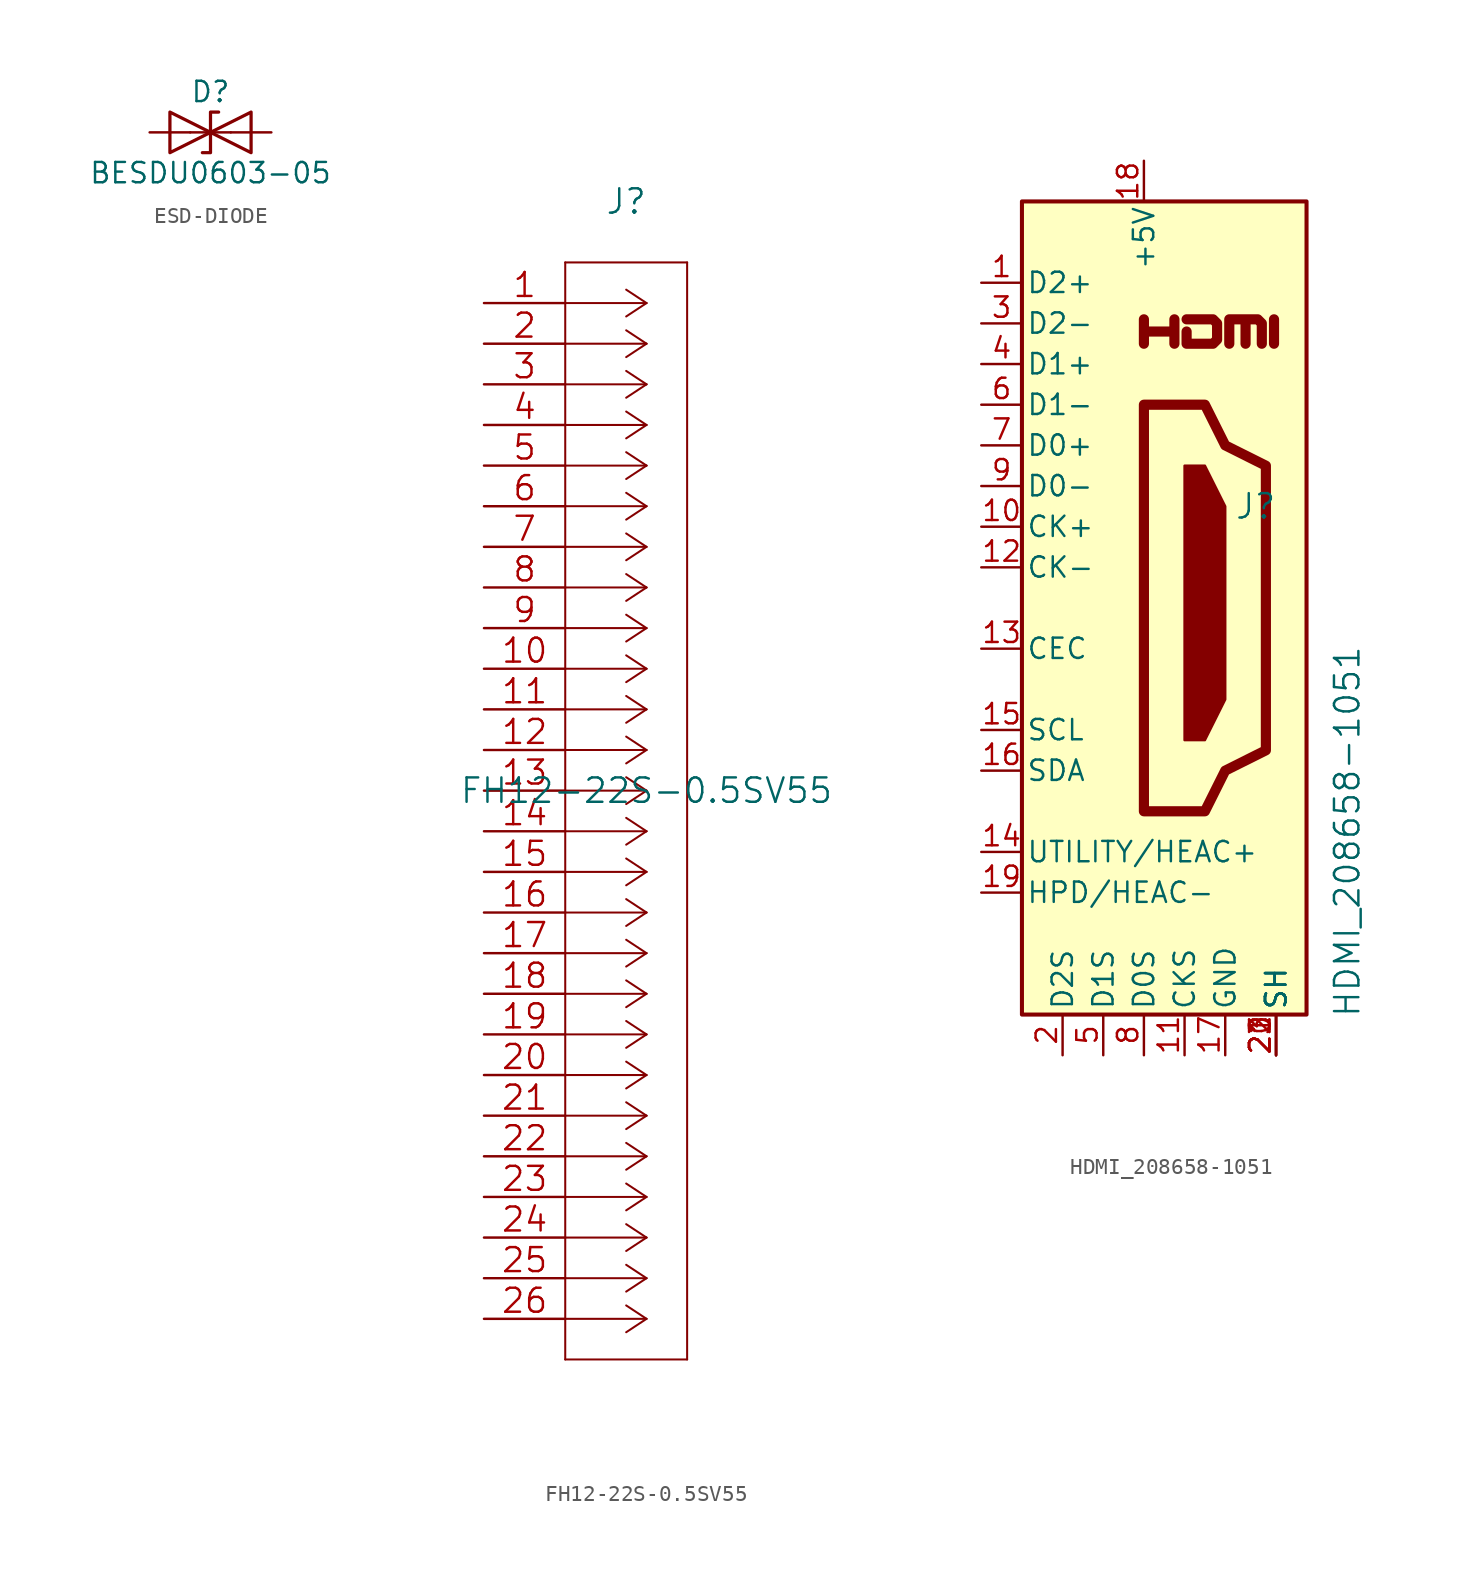
<source format=kicad_sym>
(kicad_symbol_lib
  (version 20231120)
  (generator "kicad_symbol_editor")
  (generator_version "8.0")
  (symbol "ESD-DIODE"
    (pin_numbers hide)
    (pin_names
      (offset 1.016) hide)
    (property "Reference" "D"
      (at 0 2.54 0)
      (effects (font (size 1.27 1.27))))
    (property "Value" "BESDU0603-05 "
      (at 0 -2.54 0)
      (effects (font (size 1.27 1.27))))
    (symbol "ESD-DIODE_0_1"
      (polyline (pts (xy 1.27 0) (xy -1.27 0)) (stroke (width 0) (type default)) (fill (type none)))
      (polyline (pts (xy -2.54 -1.27) (xy 0 0) (xy -2.54 1.27) (xy -2.54 -1.27)) (stroke (width 0.203) (type default)) (fill (type none)))
      (polyline (pts (xy 0.508 1.27) (xy 0 1.27) (xy 0 -1.27) (xy -0.508 -1.27)) (stroke (width 0.203) (type default)) (fill (type none)))
      (polyline (pts (xy 2.54 1.27) (xy 2.54 -1.27) (xy 0 0) (xy 2.54 1.27)) (stroke (width 0.203) (type default)) (fill (type none))))
    (symbol "ESD-DIODE_1_1"
      (pin passive line (at -3.81 0 0) (length 2.54) (name "A1" (effects (font (size 1.27 1.27)))) (number "1" (effects (font (size 1.27 1.27)))))
      (pin passive line (at 3.81 0 180) (length 2.54) (name "A2" (effects (font (size 1.27 1.27)))) (number "2" (effects (font (size 1.27 1.27)))))))
  (symbol "FH12-22S-0.5SV55"
    (pin_names
      (offset 0.254) hide)
    (property "Reference" "J"
      (at 8.89 6.35 0)
      (effects (font (size 1.524 1.524))))
    (property "Value" "FH12-22S-0.5SV55"
      (at 10.16 -30.48 0)
      (effects (font (size 1.524 1.524))))
    (property "Datasheet" ""
      (at 0 0 0)
      (effects (font (size 1.524 1.524))))
    (property "ki_locked" ""
      (at 0 0 0)
      (effects (font (size 1.27 1.27))))
    (symbol "FH12-22S-0.5SV55_1_1"
      (polyline (pts (xy 5.08 -66.04) (xy 12.7 -66.04)) (stroke (width 0.127) (type solid)) (fill (type none)))
      (polyline (pts (xy 5.08 2.54) (xy 5.08 -66.04)) (stroke (width 0.127) (type solid)) (fill (type none)))
      (polyline (pts (xy 10.16 -63.5) (xy 5.08 -63.5)) (stroke (width 0.127) (type solid)) (fill (type none)))
      (polyline (pts (xy 10.16 -63.5) (xy 8.89 -64.338)) (stroke (width 0.127) (type solid)) (fill (type none)))
      (polyline (pts (xy 10.16 -63.5) (xy 8.89 -62.662)) (stroke (width 0.127) (type solid)) (fill (type none)))
      (polyline (pts (xy 10.16 -60.96) (xy 5.08 -60.96)) (stroke (width 0.127) (type solid)) (fill (type none)))
      (polyline (pts (xy 10.16 -60.96) (xy 8.89 -61.798)) (stroke (width 0.127) (type solid)) (fill (type none)))
      (polyline (pts (xy 10.16 -60.96) (xy 8.89 -60.122)) (stroke (width 0.127) (type solid)) (fill (type none)))
      (polyline (pts (xy 10.16 -58.42) (xy 5.08 -58.42)) (stroke (width 0.127) (type solid)) (fill (type none)))
      (polyline (pts (xy 10.16 -58.42) (xy 8.89 -59.258)) (stroke (width 0.127) (type solid)) (fill (type none)))
      (polyline (pts (xy 10.16 -58.42) (xy 8.89 -57.582)) (stroke (width 0.127) (type solid)) (fill (type none)))
      (polyline (pts (xy 10.16 -55.88) (xy 5.08 -55.88)) (stroke (width 0.127) (type solid)) (fill (type none)))
      (polyline (pts (xy 10.16 -55.88) (xy 8.89 -56.718)) (stroke (width 0.127) (type solid)) (fill (type none)))
      (polyline (pts (xy 10.16 -55.88) (xy 8.89 -55.042)) (stroke (width 0.127) (type solid)) (fill (type none)))
      (polyline (pts (xy 10.16 -53.34) (xy 5.08 -53.34)) (stroke (width 0.127) (type solid)) (fill (type none)))
      (polyline (pts (xy 10.16 -53.34) (xy 8.89 -54.178)) (stroke (width 0.127) (type solid)) (fill (type none)))
      (polyline (pts (xy 10.16 -53.34) (xy 8.89 -52.502)) (stroke (width 0.127) (type solid)) (fill (type none)))
      (polyline (pts (xy 10.16 -50.8) (xy 5.08 -50.8)) (stroke (width 0.127) (type solid)) (fill (type none)))
      (polyline (pts (xy 10.16 -50.8) (xy 8.89 -51.638)) (stroke (width 0.127) (type solid)) (fill (type none)))
      (polyline (pts (xy 10.16 -50.8) (xy 8.89 -49.962)) (stroke (width 0.127) (type solid)) (fill (type none)))
      (polyline (pts (xy 10.16 -48.26) (xy 5.08 -48.26)) (stroke (width 0.127) (type solid)) (fill (type none)))
      (polyline (pts (xy 10.16 -48.26) (xy 8.89 -49.098)) (stroke (width 0.127) (type solid)) (fill (type none)))
      (polyline (pts (xy 10.16 -48.26) (xy 8.89 -47.422)) (stroke (width 0.127) (type solid)) (fill (type none)))
      (polyline (pts (xy 10.16 -45.72) (xy 5.08 -45.72)) (stroke (width 0.127) (type solid)) (fill (type none)))
      (polyline (pts (xy 10.16 -45.72) (xy 8.89 -46.558)) (stroke (width 0.127) (type solid)) (fill (type none)))
      (polyline (pts (xy 10.16 -45.72) (xy 8.89 -44.882)) (stroke (width 0.127) (type solid)) (fill (type none)))
      (polyline (pts (xy 10.16 -43.18) (xy 5.08 -43.18)) (stroke (width 0.127) (type solid)) (fill (type none)))
      (polyline (pts (xy 10.16 -43.18) (xy 8.89 -44.018)) (stroke (width 0.127) (type solid)) (fill (type none)))
      (polyline (pts (xy 10.16 -43.18) (xy 8.89 -42.342)) (stroke (width 0.127) (type solid)) (fill (type none)))
      (polyline (pts (xy 10.16 -40.64) (xy 5.08 -40.64)) (stroke (width 0.127) (type solid)) (fill (type none)))
      (polyline (pts (xy 10.16 -40.64) (xy 8.89 -41.478)) (stroke (width 0.127) (type solid)) (fill (type none)))
      (polyline (pts (xy 10.16 -40.64) (xy 8.89 -39.802)) (stroke (width 0.127) (type solid)) (fill (type none)))
      (polyline (pts (xy 10.16 -38.1) (xy 5.08 -38.1)) (stroke (width 0.127) (type solid)) (fill (type none)))
      (polyline (pts (xy 10.16 -38.1) (xy 8.89 -38.938)) (stroke (width 0.127) (type solid)) (fill (type none)))
      (polyline (pts (xy 10.16 -38.1) (xy 8.89 -37.262)) (stroke (width 0.127) (type solid)) (fill (type none)))
      (polyline (pts (xy 10.16 -35.56) (xy 5.08 -35.56)) (stroke (width 0.127) (type solid)) (fill (type none)))
      (polyline (pts (xy 10.16 -35.56) (xy 8.89 -36.398)) (stroke (width 0.127) (type solid)) (fill (type none)))
      (polyline (pts (xy 10.16 -35.56) (xy 8.89 -34.722)) (stroke (width 0.127) (type solid)) (fill (type none)))
      (polyline (pts (xy 10.16 -33.02) (xy 5.08 -33.02)) (stroke (width 0.127) (type solid)) (fill (type none)))
      (polyline (pts (xy 10.16 -33.02) (xy 8.89 -33.858)) (stroke (width 0.127) (type solid)) (fill (type none)))
      (polyline (pts (xy 10.16 -33.02) (xy 8.89 -32.182)) (stroke (width 0.127) (type solid)) (fill (type none)))
      (polyline (pts (xy 10.16 -30.48) (xy 5.08 -30.48)) (stroke (width 0.127) (type solid)) (fill (type none)))
      (polyline (pts (xy 10.16 -30.48) (xy 8.89 -31.318)) (stroke (width 0.127) (type solid)) (fill (type none)))
      (polyline (pts (xy 10.16 -30.48) (xy 8.89 -29.642)) (stroke (width 0.127) (type solid)) (fill (type none)))
      (polyline (pts (xy 10.16 -27.94) (xy 5.08 -27.94)) (stroke (width 0.127) (type solid)) (fill (type none)))
      (polyline (pts (xy 10.16 -27.94) (xy 8.89 -28.778)) (stroke (width 0.127) (type solid)) (fill (type none)))
      (polyline (pts (xy 10.16 -27.94) (xy 8.89 -27.102)) (stroke (width 0.127) (type solid)) (fill (type none)))
      (polyline (pts (xy 10.16 -25.4) (xy 5.08 -25.4)) (stroke (width 0.127) (type solid)) (fill (type none)))
      (polyline (pts (xy 10.16 -25.4) (xy 8.89 -26.238)) (stroke (width 0.127) (type solid)) (fill (type none)))
      (polyline (pts (xy 10.16 -25.4) (xy 8.89 -24.562)) (stroke (width 0.127) (type solid)) (fill (type none)))
      (polyline (pts (xy 10.16 -22.86) (xy 5.08 -22.86)) (stroke (width 0.127) (type solid)) (fill (type none)))
      (polyline (pts (xy 10.16 -22.86) (xy 8.89 -23.698)) (stroke (width 0.127) (type solid)) (fill (type none)))
      (polyline (pts (xy 10.16 -22.86) (xy 8.89 -22.022)) (stroke (width 0.127) (type solid)) (fill (type none)))
      (polyline (pts (xy 10.16 -20.32) (xy 5.08 -20.32)) (stroke (width 0.127) (type solid)) (fill (type none)))
      (polyline (pts (xy 10.16 -20.32) (xy 8.89 -21.158)) (stroke (width 0.127) (type solid)) (fill (type none)))
      (polyline (pts (xy 10.16 -20.32) (xy 8.89 -19.482)) (stroke (width 0.127) (type solid)) (fill (type none)))
      (polyline (pts (xy 10.16 -17.78) (xy 5.08 -17.78)) (stroke (width 0.127) (type solid)) (fill (type none)))
      (polyline (pts (xy 10.16 -17.78) (xy 8.89 -18.618)) (stroke (width 0.127) (type solid)) (fill (type none)))
      (polyline (pts (xy 10.16 -17.78) (xy 8.89 -16.942)) (stroke (width 0.127) (type solid)) (fill (type none)))
      (polyline (pts (xy 10.16 -15.24) (xy 5.08 -15.24)) (stroke (width 0.127) (type solid)) (fill (type none)))
      (polyline (pts (xy 10.16 -15.24) (xy 8.89 -16.078)) (stroke (width 0.127) (type solid)) (fill (type none)))
      (polyline (pts (xy 10.16 -15.24) (xy 8.89 -14.402)) (stroke (width 0.127) (type solid)) (fill (type none)))
      (polyline (pts (xy 10.16 -12.7) (xy 5.08 -12.7)) (stroke (width 0.127) (type solid)) (fill (type none)))
      (polyline (pts (xy 10.16 -12.7) (xy 8.89 -13.538)) (stroke (width 0.127) (type solid)) (fill (type none)))
      (polyline (pts (xy 10.16 -12.7) (xy 8.89 -11.862)) (stroke (width 0.127) (type solid)) (fill (type none)))
      (polyline (pts (xy 10.16 -10.16) (xy 5.08 -10.16)) (stroke (width 0.127) (type solid)) (fill (type none)))
      (polyline (pts (xy 10.16 -10.16) (xy 8.89 -10.998)) (stroke (width 0.127) (type solid)) (fill (type none)))
      (polyline (pts (xy 10.16 -10.16) (xy 8.89 -9.322)) (stroke (width 0.127) (type solid)) (fill (type none)))
      (polyline (pts (xy 10.16 -7.62) (xy 5.08 -7.62)) (stroke (width 0.127) (type solid)) (fill (type none)))
      (polyline (pts (xy 10.16 -7.62) (xy 8.89 -8.458)) (stroke (width 0.127) (type solid)) (fill (type none)))
      (polyline (pts (xy 10.16 -7.62) (xy 8.89 -6.782)) (stroke (width 0.127) (type solid)) (fill (type none)))
      (polyline (pts (xy 10.16 -5.08) (xy 5.08 -5.08)) (stroke (width 0.127) (type solid)) (fill (type none)))
      (polyline (pts (xy 10.16 -5.08) (xy 8.89 -5.918)) (stroke (width 0.127) (type solid)) (fill (type none)))
      (polyline (pts (xy 10.16 -5.08) (xy 8.89 -4.242)) (stroke (width 0.127) (type solid)) (fill (type none)))
      (polyline (pts (xy 10.16 -2.54) (xy 5.08 -2.54)) (stroke (width 0.127) (type solid)) (fill (type none)))
      (polyline (pts (xy 10.16 -2.54) (xy 8.89 -3.378)) (stroke (width 0.127) (type solid)) (fill (type none)))
      (polyline (pts (xy 10.16 -2.54) (xy 8.89 -1.702)) (stroke (width 0.127) (type solid)) (fill (type none)))
      (polyline (pts (xy 10.16 0) (xy 5.08 0)) (stroke (width 0.127) (type solid)) (fill (type none)))
      (polyline (pts (xy 10.16 0) (xy 8.89 -0.838)) (stroke (width 0.127) (type solid)) (fill (type none)))
      (polyline (pts (xy 10.16 0) (xy 8.89 0.838)) (stroke (width 0.127) (type solid)) (fill (type none)))
      (polyline (pts (xy 12.7 -66.04) (xy 12.7 2.54)) (stroke (width 0.127) (type solid)) (fill (type none)))
      (polyline (pts (xy 12.7 2.54) (xy 5.08 2.54)) (stroke (width 0.127) (type solid)) (fill (type none)))
      (pin unspecified line (at 0 0 0) (length 5.08) (name "1" (effects (font (size 1.499 1.499)))) (number "1" (effects (font (size 1.499 1.499)))))
      (pin unspecified line (at 0 -22.86 0) (length 5.08) (name "10" (effects (font (size 1.499 1.499)))) (number "10" (effects (font (size 1.499 1.499)))))
      (pin unspecified line (at 0 -25.4 0) (length 5.08) (name "11" (effects (font (size 1.499 1.499)))) (number "11" (effects (font (size 1.499 1.499)))))
      (pin unspecified line (at 0 -27.94 0) (length 5.08) (name "12" (effects (font (size 1.499 1.499)))) (number "12" (effects (font (size 1.499 1.499)))))
      (pin unspecified line (at 0 -30.48 0) (length 5.08) (name "13" (effects (font (size 1.499 1.499)))) (number "13" (effects (font (size 1.499 1.499)))))
      (pin unspecified line (at 0 -33.02 0) (length 5.08) (name "14" (effects (font (size 1.499 1.499)))) (number "14" (effects (font (size 1.499 1.499)))))
      (pin unspecified line (at 0 -35.56 0) (length 5.08) (name "15" (effects (font (size 1.499 1.499)))) (number "15" (effects (font (size 1.499 1.499)))))
      (pin unspecified line (at 0 -38.1 0) (length 5.08) (name "16" (effects (font (size 1.499 1.499)))) (number "16" (effects (font (size 1.499 1.499)))))
      (pin unspecified line (at 0 -40.64 0) (length 5.08) (name "17" (effects (font (size 1.499 1.499)))) (number "17" (effects (font (size 1.499 1.499)))))
      (pin unspecified line (at 0 -43.18 0) (length 5.08) (name "18" (effects (font (size 1.499 1.499)))) (number "18" (effects (font (size 1.499 1.499)))))
      (pin unspecified line (at 0 -45.72 0) (length 5.08) (name "19" (effects (font (size 1.499 1.499)))) (number "19" (effects (font (size 1.499 1.499)))))
      (pin unspecified line (at 0 -2.54 0) (length 5.08) (name "2" (effects (font (size 1.499 1.499)))) (number "2" (effects (font (size 1.499 1.499)))))
      (pin unspecified line (at 0 -48.26 0) (length 5.08) (name "20" (effects (font (size 1.499 1.499)))) (number "20" (effects (font (size 1.499 1.499)))))
      (pin unspecified line (at 0 -50.8 0) (length 5.08) (name "21" (effects (font (size 1.499 1.499)))) (number "21" (effects (font (size 1.499 1.499)))))
      (pin unspecified line (at 0 -53.34 0) (length 5.08) (name "22" (effects (font (size 1.499 1.499)))) (number "22" (effects (font (size 1.499 1.499)))))
      (pin unspecified line (at 0 -55.88 0) (length 5.08) (name "23" (effects (font (size 1.499 1.499)))) (number "23" (effects (font (size 1.499 1.499)))))
      (pin unspecified line (at 0 -58.42 0) (length 5.08) (name "24" (effects (font (size 1.499 1.499)))) (number "24" (effects (font (size 1.499 1.499)))))
      (pin unspecified line (at 0 -60.96 0) (length 5.08) (name "25" (effects (font (size 1.499 1.499)))) (number "25" (effects (font (size 1.499 1.499)))))
      (pin unspecified line (at 0 -63.5 0) (length 5.08) (name "26" (effects (font (size 1.499 1.499)))) (number "26" (effects (font (size 1.499 1.499)))))
      (pin unspecified line (at 0 -5.08 0) (length 5.08) (name "3" (effects (font (size 1.499 1.499)))) (number "3" (effects (font (size 1.499 1.499)))))
      (pin unspecified line (at 0 -7.62 0) (length 5.08) (name "4" (effects (font (size 1.499 1.499)))) (number "4" (effects (font (size 1.499 1.499)))))
      (pin unspecified line (at 0 -10.16 0) (length 5.08) (name "5" (effects (font (size 1.499 1.499)))) (number "5" (effects (font (size 1.499 1.499)))))
      (pin unspecified line (at 0 -12.7 0) (length 5.08) (name "6" (effects (font (size 1.499 1.499)))) (number "6" (effects (font (size 1.499 1.499)))))
      (pin unspecified line (at 0 -15.24 0) (length 5.08) (name "7" (effects (font (size 1.499 1.499)))) (number "7" (effects (font (size 1.499 1.499)))))
      (pin unspecified line (at 0 -17.78 0) (length 5.08) (name "8" (effects (font (size 1.499 1.499)))) (number "8" (effects (font (size 1.499 1.499)))))
      (pin unspecified line (at 0 -20.32 0) (length 5.08) (name "9" (effects (font (size 1.499 1.499)))) (number "9" (effects (font (size 1.499 1.499)))))))
  (symbol "HDMI_208658-1051"
    (pin_names
      (offset 0.254))
    (property "Reference" "J"
      (at 8.89 6.35 0)
      (effects (font (size 1.524 1.524))))
    (property "Value" "HDMI_208658-1051"
      (at 14.605 -13.97 90)
      (effects (font (size 1.524 1.524))))
    (property "Datasheet" ""
      (at 0 0 0)
      (effects (font (size 1.524 1.524))))
    (symbol "HDMI_208658-1051_0_0"
      (polyline (pts (xy 10.033 16.51) (xy 10.033 18.034)) (stroke (width 0.635) (type default)) (fill (type none)))
      (polyline (pts (xy 1.905 16.51) (xy 1.905 18.034) (xy 1.905 17.272) (xy 3.81 17.272) (xy 3.81 18.034) (xy 3.81 16.51)) (stroke (width 0.635) (type default)) (fill (type none)))
      (polyline (pts (xy 4.572 18.034) (xy 6.223 18.034) (xy 6.477 17.78) (xy 6.477 16.764) (xy 6.223 16.51) (xy 4.572 16.51) (xy 4.572 17.272)) (stroke (width 0.635) (type default)) (fill (type none)))
      (pin passive line (at 10.16 -27.94 90) (length 2.54) (name "SH" (effects (font (size 1.27 1.27)))) (number "21" (effects (font (size 1.27 1.27)))))
      (pin passive line (at 10.16 -27.94 90) (length 2.54) (name "SH" (effects (font (size 1.27 1.27)))) (number "22" (effects (font (size 1.27 1.27)))))
      (pin passive line (at 10.16 -27.94 90) (length 2.54) (name "SH" (effects (font (size 1.27 1.27)))) (number "23" (effects (font (size 1.27 1.27))))))
    (symbol "HDMI_208658-1051_0_1"
      (rectangle (start -5.715 25.4) (end 12.065 -25.4) (stroke (width 0.254) (type default)) (fill (type background)))
      (polyline (pts (xy 4.445 8.89) (xy 5.715 8.89) (xy 6.985 6.35) (xy 6.985 -5.715) (xy 5.715 -8.255) (xy 4.445 -8.255) (xy 4.445 8.89)) (stroke (width 0) (type default)) (fill (type outline)))
      (polyline (pts (xy 7.239 16.51) (xy 7.239 18.034) (xy 8.255 18.034) (xy 8.255 16.51) (xy 8.255 18.034) (xy 9.017 18.034) (xy 9.271 17.78) (xy 9.271 16.51)) (stroke (width 0.635) (type default)) (fill (type none)))
      (polyline (pts (xy 1.905 12.7) (xy 1.905 -12.7) (xy 5.715 -12.7) (xy 6.985 -10.16) (xy 9.525 -8.89) (xy 9.525 8.89) (xy 6.985 10.16) (xy 5.715 12.7) (xy 1.905 12.7)) (stroke (width 0.635) (type default)) (fill (type none))))
    (symbol "HDMI_208658-1051_1_1"
      (pin passive line (at -8.255 20.32 0) (length 2.54) (name "D2+" (effects (font (size 1.27 1.27)))) (number "1" (effects (font (size 1.27 1.27)))))
      (pin passive line (at -8.255 5.08 0) (length 2.54) (name "CK+" (effects (font (size 1.27 1.27)))) (number "10" (effects (font (size 1.27 1.27)))))
      (pin power_in line (at 4.445 -27.94 90) (length 2.54) (name "CKS" (effects (font (size 1.27 1.27)))) (number "11" (effects (font (size 1.27 1.27)))))
      (pin passive line (at -8.255 2.54 0) (length 2.54) (name "CK-" (effects (font (size 1.27 1.27)))) (number "12" (effects (font (size 1.27 1.27)))))
      (pin bidirectional line (at -8.255 -2.54 0) (length 2.54) (name "CEC" (effects (font (size 1.27 1.27)))) (number "13" (effects (font (size 1.27 1.27)))))
      (pin passive line (at -8.255 -15.24 0) (length 2.54) (name "UTILITY/HEAC+" (effects (font (size 1.27 1.27)))) (number "14" (effects (font (size 1.27 1.27)))))
      (pin passive line (at -8.255 -7.62 0) (length 2.54) (name "SCL" (effects (font (size 1.27 1.27)))) (number "15" (effects (font (size 1.27 1.27)))))
      (pin bidirectional line (at -8.255 -10.16 0) (length 2.54) (name "SDA" (effects (font (size 1.27 1.27)))) (number "16" (effects (font (size 1.27 1.27)))))
      (pin power_in line (at 6.985 -27.94 90) (length 2.54) (name "GND" (effects (font (size 1.27 1.27)))) (number "17" (effects (font (size 1.27 1.27)))))
      (pin power_in line (at 1.905 27.94 270) (length 2.54) (name "+5V" (effects (font (size 1.27 1.27)))) (number "18" (effects (font (size 1.27 1.27)))))
      (pin passive line (at -8.255 -17.78 0) (length 2.54) (name "HPD/HEAC-" (effects (font (size 1.27 1.27)))) (number "19" (effects (font (size 1.27 1.27)))))
      (pin power_in line (at -3.175 -27.94 90) (length 2.54) (name "D2S" (effects (font (size 1.27 1.27)))) (number "2" (effects (font (size 1.27 1.27)))))
      (pin passive line (at 10.16 -27.94 90) (length 2.54) (name "SH" (effects (font (size 1.27 1.27)))) (number "20" (effects (font (size 1.27 1.27)))))
      (pin passive line (at -8.255 17.78 0) (length 2.54) (name "D2-" (effects (font (size 1.27 1.27)))) (number "3" (effects (font (size 1.27 1.27)))))
      (pin passive line (at -8.255 15.24 0) (length 2.54) (name "D1+" (effects (font (size 1.27 1.27)))) (number "4" (effects (font (size 1.27 1.27)))))
      (pin power_in line (at -0.635 -27.94 90) (length 2.54) (name "D1S" (effects (font (size 1.27 1.27)))) (number "5" (effects (font (size 1.27 1.27)))))
      (pin passive line (at -8.255 12.7 0) (length 2.54) (name "D1-" (effects (font (size 1.27 1.27)))) (number "6" (effects (font (size 1.27 1.27)))))
      (pin passive line (at -8.255 10.16 0) (length 2.54) (name "D0+" (effects (font (size 1.27 1.27)))) (number "7" (effects (font (size 1.27 1.27)))))
      (pin power_in line (at 1.905 -27.94 90) (length 2.54) (name "D0S" (effects (font (size 1.27 1.27)))) (number "8" (effects (font (size 1.27 1.27)))))
      (pin passive line (at -8.255 7.62 0) (length 2.54) (name "D0-" (effects (font (size 1.27 1.27)))) (number "9" (effects (font (size 1.27 1.27))))))))
</source>
